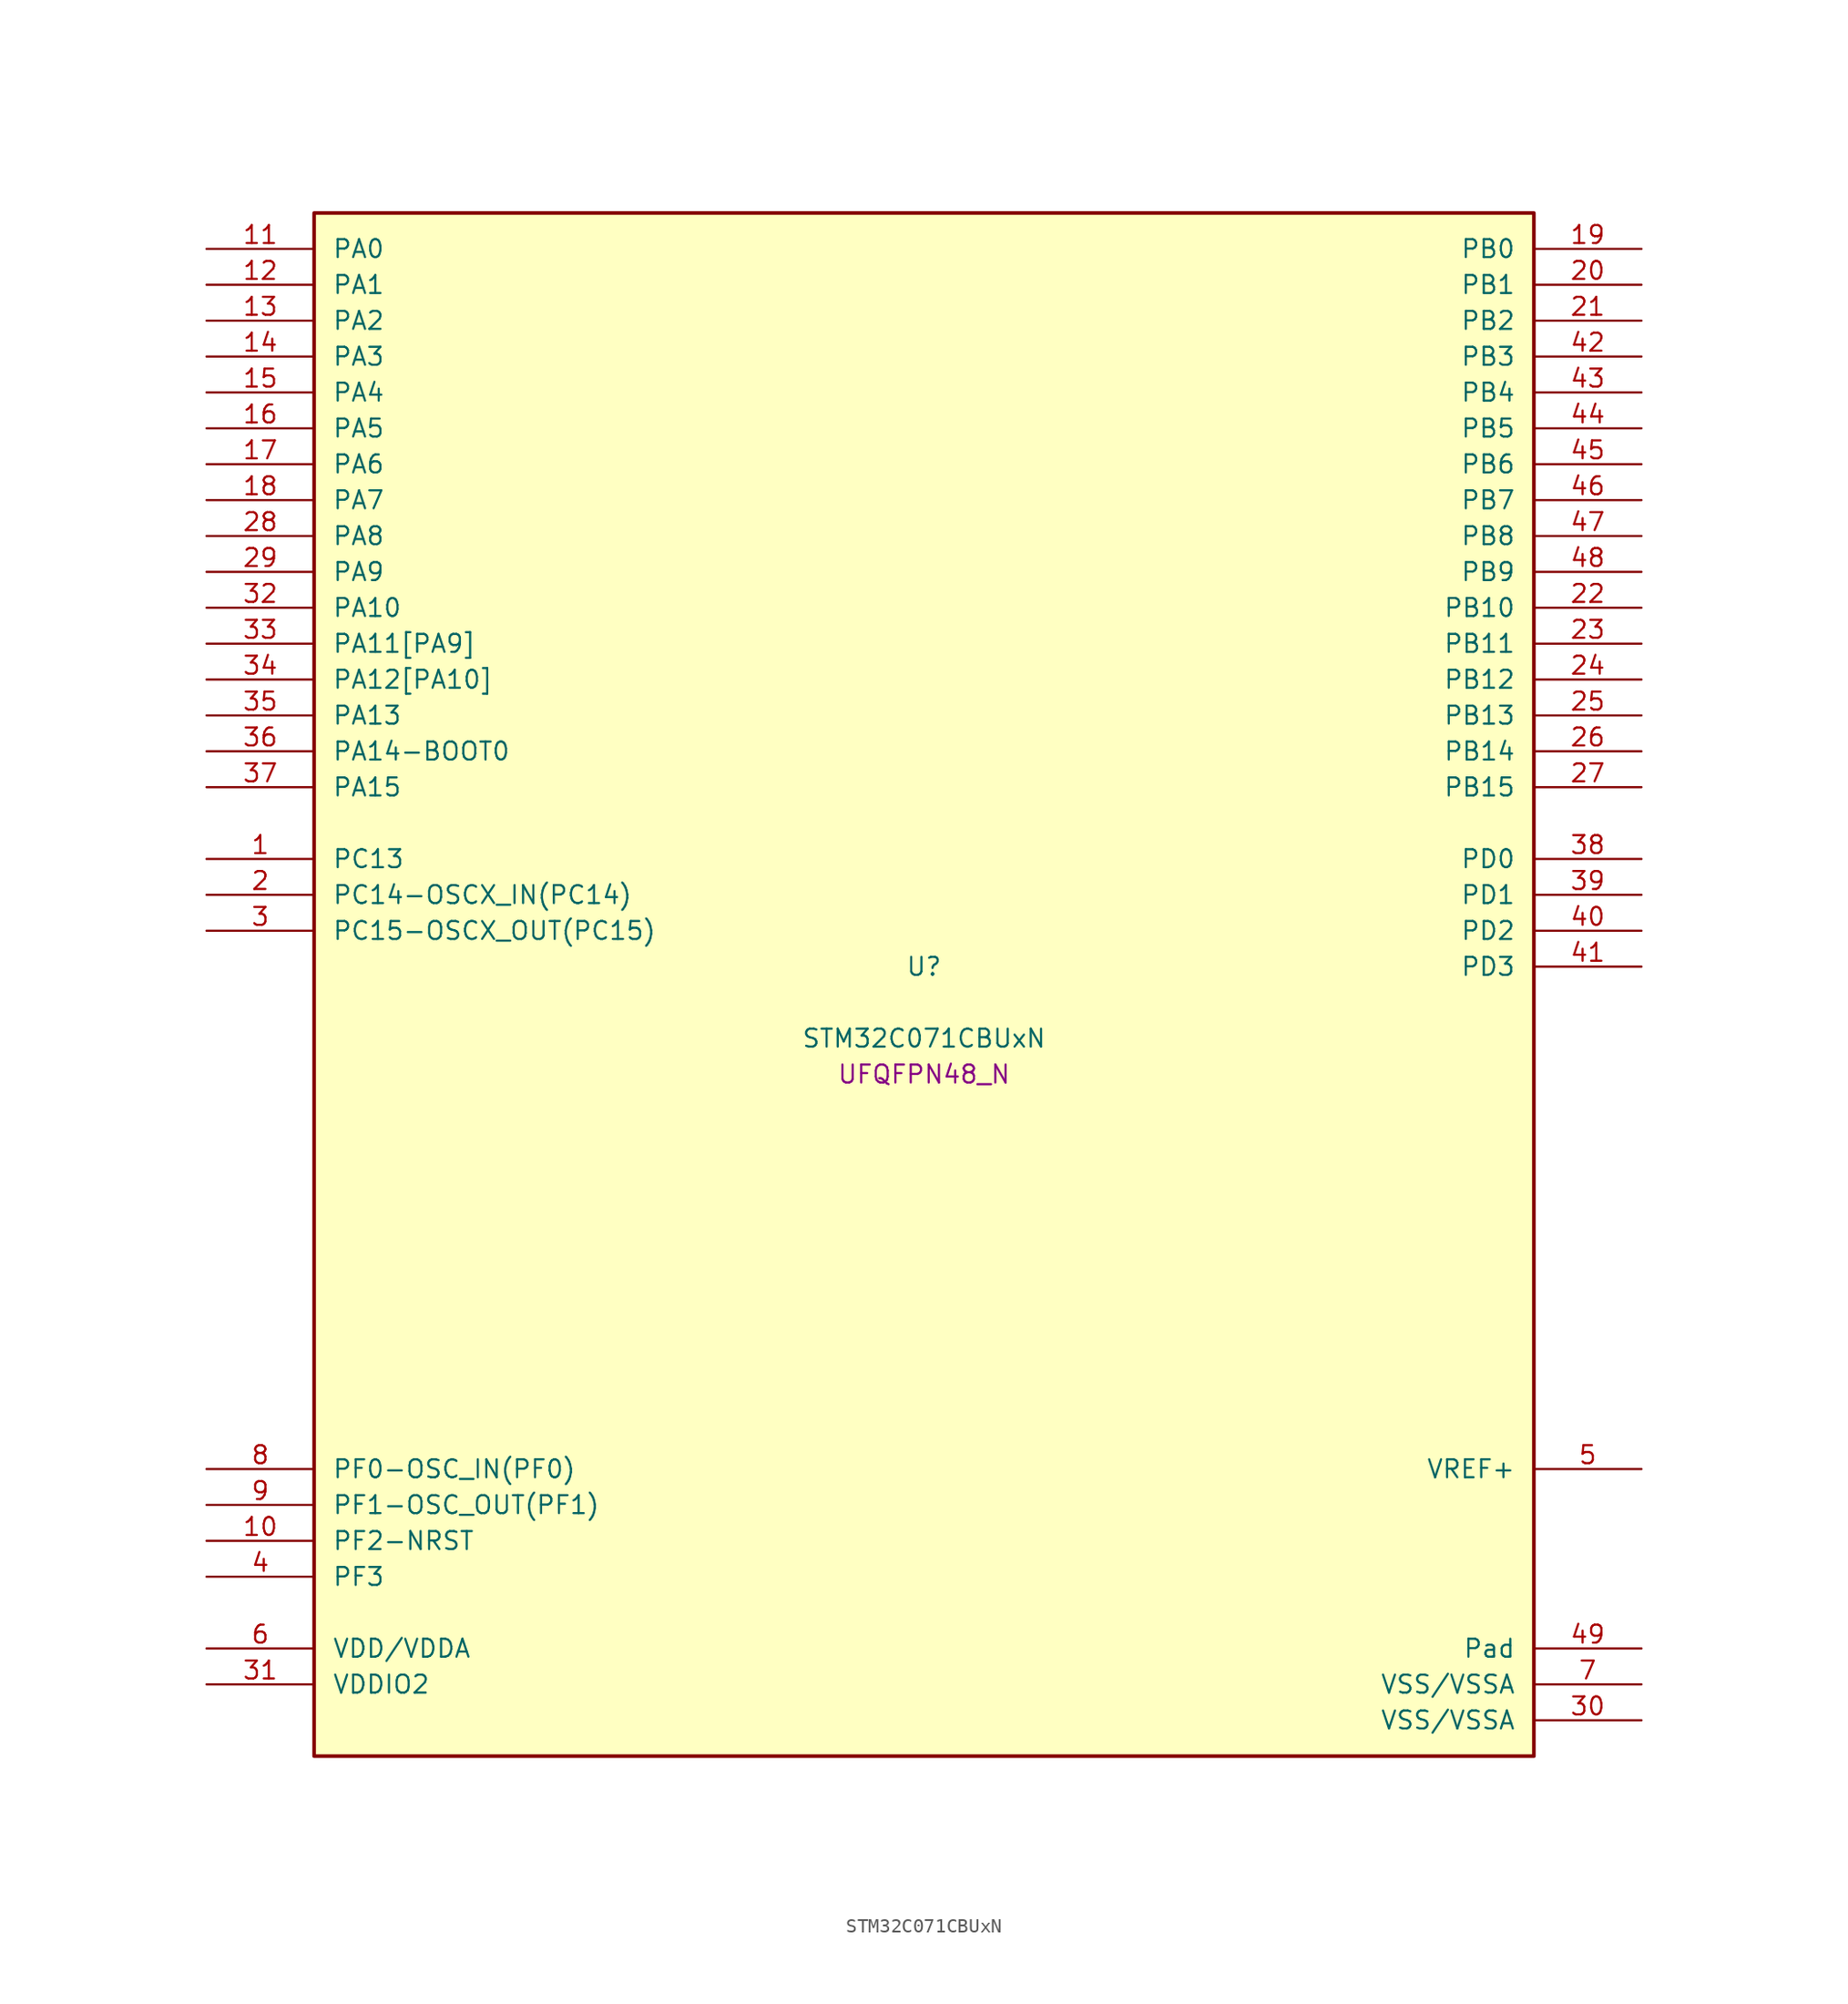
<source format=kicad_sym>
(kicad_symbol_lib
  (version 20241209)
  (generator "stm32_pkl_generator")
  (generator_version "1.0")
  (symbol "STM32C071CBUxN"
    (pin_names
      (offset 1.27))
    (property "Reference" "U"
      (at 0 2.54 0))
    (property "Value" "STM32C071CBUxN"
      (at 0 -2.54 0))
    (property "Footprint" "UFQFPN48_N"
      (at 0 -5.08 0))
    (symbol "STM32C071CBUxN_1_1"
      (rectangle (start -43.18 55.88) (end 43.18 -53.34) (stroke (width 0.254) (type solid)) (fill (type background)))
      (pin bidirectional line (at -50.8 53.34 0) (length 7.62) (name "PA0") (number "11") (alternate "PA0/ADC1_IN0" bidirectional line) (alternate "PA0/PWR_WKUP1" bidirectional line) (alternate "PA0/SPI2_SCK" bidirectional line) (alternate "PA0/TIM16_CH1" bidirectional line) (alternate "PA0/TIM1_CH1" bidirectional line) (alternate "PA0/TIM2_CH1" bidirectional line) (alternate "PA0/TIM2_ETR" bidirectional line) (alternate "PA0/USART1_TX" bidirectional line) (alternate "PA0/USART2_CTS" bidirectional line) (alternate "PA0/USART2_NSS" bidirectional line))
      (pin bidirectional line (at -50.8 50.8 0) (length 7.62) (name "PA1") (number "12") (alternate "PA1/ADC1_IN1" bidirectional line) (alternate "PA1/I2C1_SMBA" bidirectional line) (alternate "PA1/I2S1_CK" bidirectional line) (alternate "PA1/SPI1_SCK" bidirectional line) (alternate "PA1/TIM17_CH1" bidirectional line) (alternate "PA1/TIM1_CH2" bidirectional line) (alternate "PA1/TIM2_CH2" bidirectional line) (alternate "PA1/USART1_RX" bidirectional line) (alternate "PA1/USART2_CK" bidirectional line) (alternate "PA1/USART2_DE" bidirectional line) (alternate "PA1/USART2_RTS" bidirectional line))
      (pin bidirectional line (at -50.8 48.26 0) (length 7.62) (name "PA2") (number "13") (alternate "PA2/ADC1_IN2" bidirectional line) (alternate "PA2/I2S1_SD" bidirectional line) (alternate "PA2/PWR_WKUP4" bidirectional line) (alternate "PA2/RCC_LSCO" bidirectional line) (alternate "PA2/SPI1_MOSI" bidirectional line) (alternate "PA2/TIM16_CH1N" bidirectional line) (alternate "PA2/TIM1_CH3" bidirectional line) (alternate "PA2/TIM2_CH3" bidirectional line) (alternate "PA2/TIM3_ETR" bidirectional line) (alternate "PA2/USART2_TX" bidirectional line))
      (pin bidirectional line (at -50.8 45.72 0) (length 7.62) (name "PA3") (number "14") (alternate "PA3/ADC1_IN3" bidirectional line) (alternate "PA3/SPI2_MISO" bidirectional line) (alternate "PA3/TIM1_CH1N" bidirectional line) (alternate "PA3/TIM1_CH4" bidirectional line) (alternate "PA3/TIM2_CH4" bidirectional line) (alternate "PA3/USART2_RX" bidirectional line))
      (pin bidirectional line (at -50.8 43.18 0) (length 7.62) (name "PA4") (number "15") (alternate "PA4/ADC1_IN4" bidirectional line) (alternate "PA4/I2S1_WS" bidirectional line) (alternate "PA4/RTC_OUT2" bidirectional line) (alternate "PA4/SPI1_NSS" bidirectional line) (alternate "PA4/SPI2_MOSI" bidirectional line) (alternate "PA4/TIM14_CH1" bidirectional line) (alternate "PA4/TIM17_CH1N" bidirectional line) (alternate "PA4/TIM1_CH2N" bidirectional line) (alternate "PA4/USART2_TX" bidirectional line) (alternate "PA4/USB_NOE" bidirectional line))
      (pin bidirectional line (at -50.8 40.64 0) (length 7.62) (name "PA5") (number "16") (alternate "PA5/ADC1_IN5" bidirectional line) (alternate "PA5/I2S1_CK" bidirectional line) (alternate "PA5/SPI1_SCK" bidirectional line) (alternate "PA5/TIM1_CH1" bidirectional line) (alternate "PA5/TIM1_CH3N" bidirectional line) (alternate "PA5/TIM2_CH1" bidirectional line) (alternate "PA5/TIM2_ETR" bidirectional line) (alternate "PA5/USART2_RX" bidirectional line))
      (pin bidirectional line (at -50.8 38.1 0) (length 7.62) (name "PA6") (number "17") (alternate "PA6/ADC1_IN6" bidirectional line) (alternate "PA6/I2C2_SDA" bidirectional line) (alternate "PA6/I2S1_MCK" bidirectional line) (alternate "PA6/SPI1_MISO" bidirectional line) (alternate "PA6/TIM16_CH1" bidirectional line) (alternate "PA6/TIM1_BKIN" bidirectional line) (alternate "PA6/TIM3_CH1" bidirectional line))
      (pin bidirectional line (at -50.8 35.56 0) (length 7.62) (name "PA7") (number "18") (alternate "PA7/ADC1_IN7" bidirectional line) (alternate "PA7/I2C2_SCL" bidirectional line) (alternate "PA7/I2S1_SD" bidirectional line) (alternate "PA7/SPI1_MOSI" bidirectional line) (alternate "PA7/TIM14_CH1" bidirectional line) (alternate "PA7/TIM17_CH1" bidirectional line) (alternate "PA7/TIM1_CH1N" bidirectional line) (alternate "PA7/TIM3_CH2" bidirectional line))
      (pin bidirectional line (at -50.8 33.02 0) (length 7.62) (name "PA8") (number "28") (alternate "PA8/ADC1_IN8" bidirectional line) (alternate "PA8/CRS_SYNC" bidirectional line) (alternate "PA8/I2S1_WS" bidirectional line) (alternate "PA8/RCC_MCO" bidirectional line) (alternate "PA8/RCC_MCO_2" bidirectional line) (alternate "PA8/SPI1_NSS" bidirectional line) (alternate "PA8/SPI2_MISO" bidirectional line) (alternate "PA8/SPI2_NSS" bidirectional line) (alternate "PA8/TIM14_CH1" bidirectional line) (alternate "PA8/TIM1_CH1" bidirectional line) (alternate "PA8/TIM1_CH2N" bidirectional line) (alternate "PA8/TIM1_CH3N" bidirectional line) (alternate "PA8/TIM3_CH3" bidirectional line) (alternate "PA8/TIM3_CH4" bidirectional line) (alternate "PA8/USART1_RX" bidirectional line) (alternate "PA8/USART2_TX" bidirectional line))
      (pin bidirectional line (at -50.8 30.48 0) (length 7.62) (name "PA9") (number "29") (alternate "PA9/I2C1_SCL" bidirectional line) (alternate "PA9/I2C2_SCL" bidirectional line) (alternate "PA9/RCC_MCO" bidirectional line) (alternate "PA9/SPI2_MISO" bidirectional line) (alternate "PA9/TIM1_CH2" bidirectional line) (alternate "PA9/TIM3_ETR" bidirectional line) (alternate "PA9/USART1_TX" bidirectional line) (alternate "PA9/NC" bidirectional line))
      (pin bidirectional line (at -50.8 27.94 0) (length 7.62) (name "PA10") (number "32") (alternate "PA10/I2C1_SDA" bidirectional line) (alternate "PA10/I2C2_SDA" bidirectional line) (alternate "PA10/RCC_MCO_2" bidirectional line) (alternate "PA10/SPI2_MOSI" bidirectional line) (alternate "PA10/TIM17_BKIN" bidirectional line) (alternate "PA10/TIM1_CH3" bidirectional line) (alternate "PA10/USART1_RX" bidirectional line) (alternate "PA10/NC" bidirectional line))
      (pin bidirectional line (at -50.8 25.4 0) (length 7.62) (name "PA11[PA9]") (number "33") (alternate "PA11[PA9]/ADC1_EXTI11" bidirectional line) (alternate "PA11[PA9]/I2C2_SCL" bidirectional line) (alternate "PA11[PA9]/I2S1_MCK" bidirectional line) (alternate "PA11[PA9]/SPI1_MISO" bidirectional line) (alternate "PA11[PA9]/TIM1_BKIN2" bidirectional line) (alternate "PA11[PA9]/TIM1_CH4" bidirectional line) (alternate "PA11[PA9]/USART1_CTS" bidirectional line) (alternate "PA11[PA9]/USART1_NSS" bidirectional line) (alternate "PA11[PA9]/USB_DM" bidirectional line) (alternate "PA11[PA9]/PA9[PA11]" bidirectional line) (alternate "PA11[PA9]/I2C1_SCL" bidirectional line) (alternate "PA11[PA9]/RCC_MCO" bidirectional line) (alternate "PA11[PA9]/SPI2_MISO" bidirectional line) (alternate "PA11[PA9]/TIM1_CH2" bidirectional line) (alternate "PA11[PA9]/TIM3_ETR" bidirectional line) (alternate "PA11[PA9]/USART1_TX" bidirectional line))
      (pin bidirectional line (at -50.8 22.86 0) (length 7.62) (name "PA12[PA10]") (number "34") (alternate "PA12[PA10]/I2C2_SDA" bidirectional line) (alternate "PA12[PA10]/I2S1_SD" bidirectional line) (alternate "PA12[PA10]/I2S_CKIN" bidirectional line) (alternate "PA12[PA10]/SPI1_MOSI" bidirectional line) (alternate "PA12[PA10]/TIM1_ETR" bidirectional line) (alternate "PA12[PA10]/USART1_CK" bidirectional line) (alternate "PA12[PA10]/USART1_DE" bidirectional line) (alternate "PA12[PA10]/USART1_RTS" bidirectional line) (alternate "PA12[PA10]/USB_DP" bidirectional line) (alternate "PA12[PA10]/PA10[PA12]" bidirectional line) (alternate "PA12[PA10]/I2C1_SDA" bidirectional line) (alternate "PA12[PA10]/RCC_MCO_2" bidirectional line) (alternate "PA12[PA10]/SPI2_MOSI" bidirectional line) (alternate "PA12[PA10]/TIM17_BKIN" bidirectional line) (alternate "PA12[PA10]/TIM1_CH3" bidirectional line) (alternate "PA12[PA10]/USART1_RX" bidirectional line))
      (pin bidirectional line (at -50.8 20.32 0) (length 7.62) (name "PA13") (number "35") (alternate "PA13/ADC1_IN13" bidirectional line) (alternate "PA13/DEBUG_SWDIO" bidirectional line) (alternate "PA13/IR_OUT" bidirectional line) (alternate "PA13/TIM3_ETR" bidirectional line) (alternate "PA13/USART2_RX" bidirectional line) (alternate "PA13/USB_NOE" bidirectional line))
      (pin bidirectional line (at -50.8 17.78 0) (length 7.62) (name "PA14-BOOT0") (number "36") (alternate "PA14-BOOT0/ADC1_IN14" bidirectional line) (alternate "PA14-BOOT0/DEBUG_SWCLK" bidirectional line) (alternate "PA14-BOOT0/I2S1_WS" bidirectional line) (alternate "PA14-BOOT0/RCC_MCO_2" bidirectional line) (alternate "PA14-BOOT0/SPI1_NSS" bidirectional line) (alternate "PA14-BOOT0/TIM1_CH1" bidirectional line) (alternate "PA14-BOOT0/USART1_CK" bidirectional line) (alternate "PA14-BOOT0/USART1_DE" bidirectional line) (alternate "PA14-BOOT0/USART1_RTS" bidirectional line) (alternate "PA14-BOOT0/USART2_RX" bidirectional line) (alternate "PA14-BOOT0/USART2_TX" bidirectional line))
      (pin bidirectional line (at -50.8 15.24 0) (length 7.62) (name "PA15") (number "37") (alternate "PA15/I2S1_WS" bidirectional line) (alternate "PA15/RCC_MCO_2" bidirectional line) (alternate "PA15/SPI1_NSS" bidirectional line) (alternate "PA15/TIM1_CH1" bidirectional line) (alternate "PA15/TIM2_CH1" bidirectional line) (alternate "PA15/TIM2_ETR" bidirectional line) (alternate "PA15/USART1_CK" bidirectional line) (alternate "PA15/USART1_DE" bidirectional line) (alternate "PA15/USART1_RTS" bidirectional line) (alternate "PA15/USART2_RX" bidirectional line) (alternate "PA15/USB_NOE" bidirectional line))
      (pin bidirectional line (at 50.8 53.34 180) (length 7.62) (name "PB0") (number "19") (alternate "PB0/ADC1_IN17" bidirectional line) (alternate "PB0/I2S1_WS" bidirectional line) (alternate "PB0/SPI1_NSS" bidirectional line) (alternate "PB0/TIM1_CH2N" bidirectional line) (alternate "PB0/TIM3_CH3" bidirectional line))
      (pin bidirectional line (at 50.8 50.8 180) (length 7.62) (name "PB1") (number "20") (alternate "PB1/ADC1_IN18" bidirectional line) (alternate "PB1/TIM14_CH1" bidirectional line) (alternate "PB1/TIM1_CH2N" bidirectional line) (alternate "PB1/TIM1_CH3N" bidirectional line) (alternate "PB1/TIM3_CH4" bidirectional line))
      (pin bidirectional line (at 50.8 48.26 180) (length 7.62) (name "PB2") (number "21") (alternate "PB2/ADC1_IN19" bidirectional line) (alternate "PB2/RCC_MCO_2" bidirectional line) (alternate "PB2/SPI2_MISO" bidirectional line) (alternate "PB2/USART1_RX" bidirectional line))
      (pin bidirectional line (at 50.8 45.72 180) (length 7.62) (name "PB3") (number "42") (alternate "PB3/I2C2_SCL" bidirectional line) (alternate "PB3/I2S1_CK" bidirectional line) (alternate "PB3/SPI1_SCK" bidirectional line) (alternate "PB3/TIM1_CH2" bidirectional line) (alternate "PB3/TIM2_CH2" bidirectional line) (alternate "PB3/TIM3_CH2" bidirectional line) (alternate "PB3/USART1_CK" bidirectional line) (alternate "PB3/USART1_DE" bidirectional line) (alternate "PB3/USART1_RTS" bidirectional line))
      (pin bidirectional line (at 50.8 43.18 180) (length 7.62) (name "PB4") (number "43") (alternate "PB4/I2C2_SDA" bidirectional line) (alternate "PB4/I2S1_MCK" bidirectional line) (alternate "PB4/SPI1_MISO" bidirectional line) (alternate "PB4/TIM17_BKIN" bidirectional line) (alternate "PB4/TIM3_CH1" bidirectional line) (alternate "PB4/USART1_CTS" bidirectional line) (alternate "PB4/USART1_NSS" bidirectional line))
      (pin bidirectional line (at 50.8 40.64 180) (length 7.62) (name "PB5") (number "44") (alternate "PB5/I2C1_SMBA" bidirectional line) (alternate "PB5/I2S1_SD" bidirectional line) (alternate "PB5/PWR_WKUP6" bidirectional line) (alternate "PB5/SPI1_MOSI" bidirectional line) (alternate "PB5/TIM16_BKIN" bidirectional line) (alternate "PB5/TIM3_CH2" bidirectional line) (alternate "PB5/TIM3_CH3" bidirectional line))
      (pin bidirectional line (at 50.8 38.1 180) (length 7.62) (name "PB6") (number "45") (alternate "PB6/I2C1_SCL" bidirectional line) (alternate "PB6/I2C1_SMBA" bidirectional line) (alternate "PB6/I2S1_CK" bidirectional line) (alternate "PB6/I2S1_MCK" bidirectional line) (alternate "PB6/I2S1_SD" bidirectional line) (alternate "PB6/PWR_WKUP3" bidirectional line) (alternate "PB6/SPI1_MISO" bidirectional line) (alternate "PB6/SPI1_MOSI" bidirectional line) (alternate "PB6/SPI1_SCK" bidirectional line) (alternate "PB6/SPI2_MISO" bidirectional line) (alternate "PB6/TIM16_BKIN" bidirectional line) (alternate "PB6/TIM16_CH1N" bidirectional line) (alternate "PB6/TIM17_BKIN" bidirectional line) (alternate "PB6/TIM1_CH2" bidirectional line) (alternate "PB6/TIM1_CH3" bidirectional line) (alternate "PB6/TIM3_CH1" bidirectional line) (alternate "PB6/TIM3_CH2" bidirectional line) (alternate "PB6/TIM3_CH3" bidirectional line) (alternate "PB6/USART1_CTS" bidirectional line) (alternate "PB6/USART1_NSS" bidirectional line) (alternate "PB6/USART1_TX" bidirectional line))
      (pin bidirectional line (at 50.8 35.56 180) (length 7.62) (name "PB7") (number "46") (alternate "PB7/I2C1_SCL" bidirectional line) (alternate "PB7/I2C1_SDA" bidirectional line) (alternate "PB7/SPI2_MOSI" bidirectional line) (alternate "PB7/TIM16_CH1" bidirectional line) (alternate "PB7/TIM17_CH1N" bidirectional line) (alternate "PB7/TIM1_CH4" bidirectional line) (alternate "PB7/TIM3_CH1" bidirectional line) (alternate "PB7/TIM3_CH4" bidirectional line) (alternate "PB7/USART1_RX" bidirectional line) (alternate "PB7/USART2_CTS" bidirectional line) (alternate "PB7/USART2_NSS" bidirectional line))
      (pin bidirectional line (at 50.8 33.02 180) (length 7.62) (name "PB8") (number "47") (alternate "PB8/I2C1_SCL" bidirectional line) (alternate "PB8/SPI2_SCK" bidirectional line) (alternate "PB8/TIM16_CH1" bidirectional line) (alternate "PB8/TIM3_CH1" bidirectional line) (alternate "PB8/USART2_CTS" bidirectional line) (alternate "PB8/USART2_NSS" bidirectional line))
      (pin bidirectional line (at 50.8 30.48 180) (length 7.62) (name "PB9") (number "48") (alternate "PB9/I2C1_SDA" bidirectional line) (alternate "PB9/IR_OUT" bidirectional line) (alternate "PB9/SPI2_NSS" bidirectional line) (alternate "PB9/TIM17_CH1" bidirectional line) (alternate "PB9/TIM3_CH2" bidirectional line) (alternate "PB9/USART2_CK" bidirectional line) (alternate "PB9/USART2_DE" bidirectional line) (alternate "PB9/USART2_RTS" bidirectional line))
      (pin bidirectional line (at 50.8 27.94 180) (length 7.62) (name "PB10") (number "22") (alternate "PB10/ADC1_IN20" bidirectional line) (alternate "PB10/I2C2_SCL" bidirectional line) (alternate "PB10/SPI2_SCK" bidirectional line) (alternate "PB10/TIM2_CH3" bidirectional line))
      (pin bidirectional line (at 50.8 25.4 180) (length 7.62) (name "PB11") (number "23") (alternate "PB11/ADC1_EXTI11" bidirectional line) (alternate "PB11/ADC1_IN21" bidirectional line) (alternate "PB11/I2C2_SDA" bidirectional line) (alternate "PB11/SPI2_MOSI" bidirectional line) (alternate "PB11/TIM2_CH4" bidirectional line))
      (pin bidirectional line (at 50.8 22.86 180) (length 7.62) (name "PB12") (number "24") (alternate "PB12/ADC1_IN22" bidirectional line) (alternate "PB12/SPI2_NSS" bidirectional line) (alternate "PB12/TIM1_BKIN" bidirectional line) (alternate "PB12/TIM1_BKIN2" bidirectional line))
      (pin bidirectional line (at 50.8 20.32 180) (length 7.62) (name "PB13") (number "25") (alternate "PB13/I2C2_SCL" bidirectional line) (alternate "PB13/SPI2_SCK" bidirectional line) (alternate "PB13/TIM1_CH1N" bidirectional line))
      (pin bidirectional line (at 50.8 17.78 180) (length 7.62) (name "PB14") (number "26") (alternate "PB14/I2C2_SDA" bidirectional line) (alternate "PB14/SPI2_MISO" bidirectional line) (alternate "PB14/TIM1_CH2N" bidirectional line))
      (pin bidirectional line (at 50.8 15.24 180) (length 7.62) (name "PB15") (number "27") (alternate "PB15/RTC_REFIN" bidirectional line) (alternate "PB15/SPI2_MOSI" bidirectional line) (alternate "PB15/TIM1_CH3N" bidirectional line))
      (pin bidirectional line (at -50.8 10.16 0) (length 7.62) (name "PC13") (number "1") (alternate "PC13/PWR_WKUP2" bidirectional line) (alternate "PC13/RTC_OUT1" bidirectional line) (alternate "PC13/RTC_TS" bidirectional line) (alternate "PC13/TIM1_BKIN" bidirectional line) (alternate "PC13/TIM1_ETR" bidirectional line))
      (pin bidirectional line (at -50.8 7.62 0) (length 7.62) (name "PC14-OSCX_IN(PC14)") (number "2") (alternate "PC14-OSCX_IN(PC14)/I2C1_SDA" bidirectional line) (alternate "PC14-OSCX_IN(PC14)/IR_OUT" bidirectional line) (alternate "PC14-OSCX_IN(PC14)/RCC_OSCX_IN" bidirectional line) (alternate "PC14-OSCX_IN(PC14)/SPI2_NSS" bidirectional line) (alternate "PC14-OSCX_IN(PC14)/TIM17_CH1" bidirectional line) (alternate "PC14-OSCX_IN(PC14)/TIM1_BKIN2" bidirectional line) (alternate "PC14-OSCX_IN(PC14)/TIM1_ETR" bidirectional line) (alternate "PC14-OSCX_IN(PC14)/TIM3_CH2" bidirectional line) (alternate "PC14-OSCX_IN(PC14)/USART1_TX" bidirectional line) (alternate "PC14-OSCX_IN(PC14)/USART2_CK" bidirectional line) (alternate "PC14-OSCX_IN(PC14)/USART2_DE" bidirectional line) (alternate "PC14-OSCX_IN(PC14)/USART2_RTS" bidirectional line))
      (pin bidirectional line (at -50.8 5.08 0) (length 7.62) (name "PC15-OSCX_OUT(PC15)") (number "3") (alternate "PC15-OSCX_OUT(PC15)/RCC_OSC32_EN" bidirectional line) (alternate "PC15-OSCX_OUT(PC15)/RCC_OSCX_OUT" bidirectional line) (alternate "PC15-OSCX_OUT(PC15)/RCC_OSC_EN" bidirectional line) (alternate "PC15-OSCX_OUT(PC15)/TIM1_ETR" bidirectional line) (alternate "PC15-OSCX_OUT(PC15)/TIM3_CH3" bidirectional line))
      (pin bidirectional line (at 50.8 10.16 180) (length 7.62) (name "PD0") (number "38") (alternate "PD0/SPI2_NSS" bidirectional line) (alternate "PD0/TIM16_CH1" bidirectional line))
      (pin bidirectional line (at 50.8 7.62 180) (length 7.62) (name "PD1") (number "39") (alternate "PD1/SPI2_SCK" bidirectional line) (alternate "PD1/TIM17_CH1" bidirectional line))
      (pin bidirectional line (at 50.8 5.08 180) (length 7.62) (name "PD2") (number "40") (alternate "PD2/TIM1_CH1N" bidirectional line) (alternate "PD2/TIM3_ETR" bidirectional line))
      (pin bidirectional line (at 50.8 2.54 180) (length 7.62) (name "PD3") (number "41") (alternate "PD3/SPI2_MISO" bidirectional line) (alternate "PD3/TIM1_CH2N" bidirectional line) (alternate "PD3/USART2_CTS" bidirectional line) (alternate "PD3/USART2_NSS" bidirectional line))
      (pin bidirectional line (at -50.8 -33.02 0) (length 7.62) (name "PF0-OSC_IN(PF0)") (number "8") (alternate "PF0-OSC_IN(PF0)/CRS_SYNC" bidirectional line) (alternate "PF0-OSC_IN(PF0)/RCC_OSC_IN" bidirectional line) (alternate "PF0-OSC_IN(PF0)/TIM14_CH1" bidirectional line))
      (pin bidirectional line (at -50.8 -35.56 0) (length 7.62) (name "PF1-OSC_OUT(PF1)") (number "9") (alternate "PF1-OSC_OUT(PF1)/RCC_OSC_EN" bidirectional line) (alternate "PF1-OSC_OUT(PF1)/RCC_OSC_OUT" bidirectional line))
      (pin bidirectional line (at -50.8 -38.1 0) (length 7.62) (name "PF2-NRST") (number "10") (alternate "PF2-NRST/RCC_MCO" bidirectional line) (alternate "PF2-NRST/TIM1_CH4" bidirectional line))
      (pin bidirectional line (at -50.8 -40.64 0) (length 7.62) (name "PF3") (number "4"))
      (pin bidirectional line (at 50.8 -33.02 180) (length 7.62) (name "VREF+") (number "5"))
      (pin power_in line (at -50.8 -45.72 0) (length 7.62) (name "VDD/VDDA") (number "6"))
      (pin power_in line (at -50.8 -48.26 0) (length 7.62) (name "VDDIO2") (number "31"))
      (pin passive line (at 50.8 -45.72 180) (length 7.62) (name "Pad") (number "49"))
      (pin power_in line (at 50.8 -48.26 180) (length 7.62) (name "VSS/VSSA") (number "7"))
      (pin power_in line (at 50.8 -50.8 180) (length 7.62) (name "VSS/VSSA") (number "30")))))
</source>
